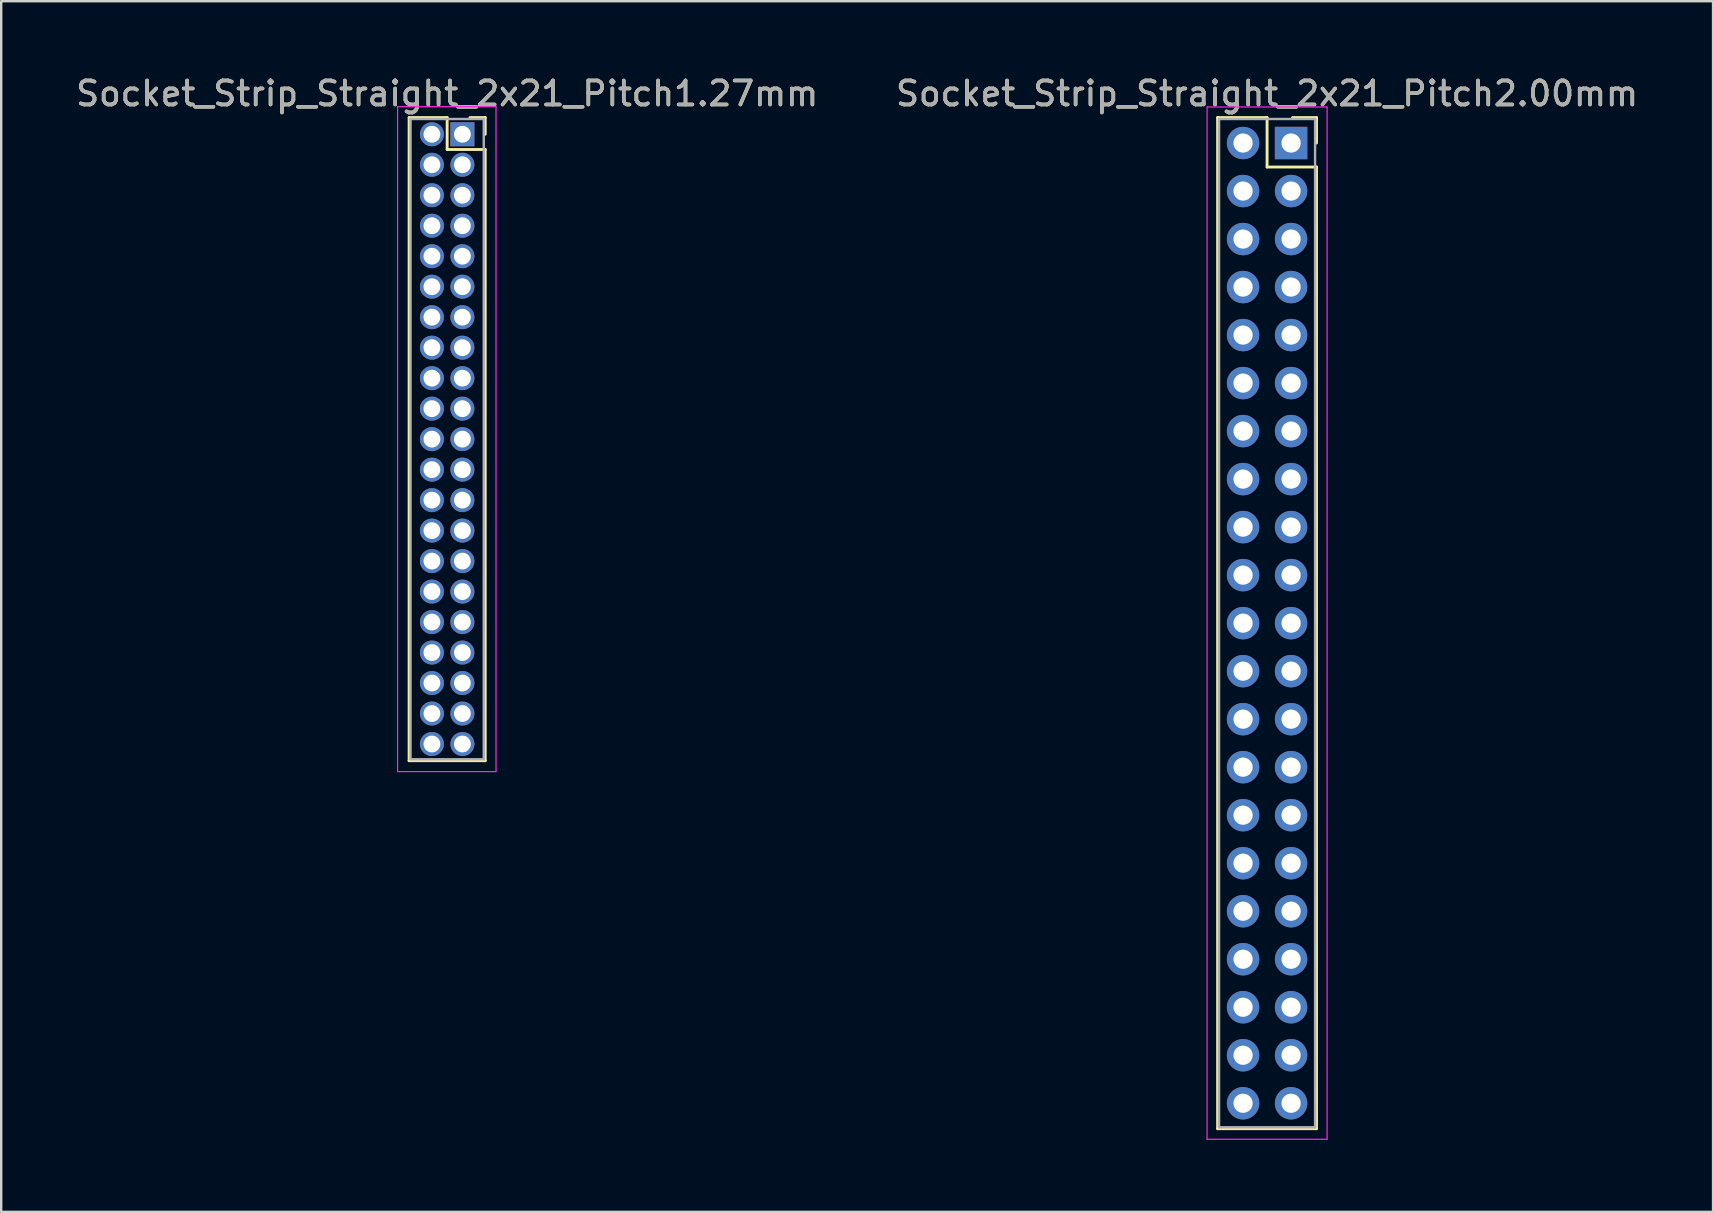
<source format=kicad_pcb>
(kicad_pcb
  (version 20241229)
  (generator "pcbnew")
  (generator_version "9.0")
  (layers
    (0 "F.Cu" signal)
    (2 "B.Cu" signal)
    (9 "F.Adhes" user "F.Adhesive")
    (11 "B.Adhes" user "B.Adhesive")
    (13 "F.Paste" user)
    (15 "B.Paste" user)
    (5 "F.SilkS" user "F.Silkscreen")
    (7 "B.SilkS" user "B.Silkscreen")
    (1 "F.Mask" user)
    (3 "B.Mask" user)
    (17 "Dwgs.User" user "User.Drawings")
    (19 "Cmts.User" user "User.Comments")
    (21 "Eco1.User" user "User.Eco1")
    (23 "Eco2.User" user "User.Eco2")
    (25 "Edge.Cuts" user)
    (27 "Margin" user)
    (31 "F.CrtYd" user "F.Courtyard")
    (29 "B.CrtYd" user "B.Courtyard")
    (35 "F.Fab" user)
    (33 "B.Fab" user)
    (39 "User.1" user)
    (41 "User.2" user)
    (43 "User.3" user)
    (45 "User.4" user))
  (footprint "Socket_Strip_Straight_2x21_Pitch1.27mm"
    (layer "F.Cu")
    (at 16.212 2.543)
    (property "Reference" "Socket_Strip_Straight_2x21_Pitch1.27mm" (at -0.635 -1.695 0) (layer "F.SilkS") (effects (font (size 1 1) (thickness 0.15))))
    (attr through_hole)
    (fp_line (start -2.22 -0.695) (end -0.635 -0.695) (stroke (width 0.12) (type solid)) (layer "F.SilkS"))
    (fp_line (start -2.22 26.095) (end -2.22 -0.695) (stroke (width 0.12) (type solid)) (layer "F.SilkS"))
    (fp_line (start -0.635 -0.695) (end -0.635 0.635) (stroke (width 0.12) (type solid)) (layer "F.SilkS"))
    (fp_line (start -0.635 0.635) (end 0.95 0.635) (stroke (width 0.12) (type solid)) (layer "F.SilkS"))
    (fp_line (start 0.95 -0.695) (end 0.315 -0.695) (stroke (width 0.12) (type solid)) (layer "F.SilkS"))
    (fp_line (start 0.95 0) (end 0.95 -0.695) (stroke (width 0.12) (type solid)) (layer "F.SilkS"))
    (fp_line (start 0.95 0.635) (end 0.95 26.095) (stroke (width 0.12) (type solid)) (layer "F.SilkS"))
    (fp_line (start 0.95 26.095) (end -2.22 26.095) (stroke (width 0.12) (type solid)) (layer "F.SilkS"))
    (fp_line (start -2.7 -1.15) (end -2.7 26.55) (stroke (width 0.05) (type solid)) (layer "F.CrtYd"))
    (fp_line (start -2.7 26.55) (end 1.4 26.55) (stroke (width 0.05) (type solid)) (layer "F.CrtYd"))
    (fp_line (start 1.4 -1.15) (end -2.7 -1.15) (stroke (width 0.05) (type solid)) (layer "F.CrtYd"))
    (fp_line (start 1.4 26.55) (end 1.4 -1.15) (stroke (width 0.05) (type solid)) (layer "F.CrtYd"))
    (fp_line (start -2.16 -0.635) (end -2.16 26.035) (stroke (width 0.1) (type solid)) (layer "F.Fab"))
    (fp_line (start -2.16 26.035) (end 0.89 26.035) (stroke (width 0.1) (type solid)) (layer "F.Fab"))
    (fp_line (start 0.89 -0.635) (end -2.16 -0.635) (stroke (width 0.1) (type solid)) (layer "F.Fab"))
    (fp_line (start 0.89 26.035) (end 0.89 -0.635) (stroke (width 0.1) (type solid)) (layer "F.Fab"))
    (fp_text user "${REFERENCE}" (at -0.635 -1.695 0) (layer "F.Fab") (effects (font (size 1 1) (thickness 0.15))))
    (pad "1" thru_hole rect (at 0 0) (size 1 1) (drill 0.7) (layers "*.Cu" "*.Mask"))
    (pad "2" thru_hole oval (at -1.27 0) (size 1 1) (drill 0.7) (layers "*.Cu" "*.Mask"))
    (pad "3" thru_hole oval (at 0 1.27) (size 1 1) (drill 0.7) (layers "*.Cu" "*.Mask"))
    (pad "4" thru_hole oval (at -1.27 1.27) (size 1 1) (drill 0.7) (layers "*.Cu" "*.Mask"))
    (pad "5" thru_hole oval (at 0 2.54) (size 1 1) (drill 0.7) (layers "*.Cu" "*.Mask"))
    (pad "6" thru_hole oval (at -1.27 2.54) (size 1 1) (drill 0.7) (layers "*.Cu" "*.Mask"))
    (pad "7" thru_hole oval (at 0 3.81) (size 1 1) (drill 0.7) (layers "*.Cu" "*.Mask"))
    (pad "8" thru_hole oval (at -1.27 3.81) (size 1 1) (drill 0.7) (layers "*.Cu" "*.Mask"))
    (pad "9" thru_hole oval (at 0 5.08) (size 1 1) (drill 0.7) (layers "*.Cu" "*.Mask"))
    (pad "10" thru_hole oval (at -1.27 5.08) (size 1 1) (drill 0.7) (layers "*.Cu" "*.Mask"))
    (pad "11" thru_hole oval (at 0 6.35) (size 1 1) (drill 0.7) (layers "*.Cu" "*.Mask"))
    (pad "12" thru_hole oval (at -1.27 6.35) (size 1 1) (drill 0.7) (layers "*.Cu" "*.Mask"))
    (pad "13" thru_hole oval (at 0 7.62) (size 1 1) (drill 0.7) (layers "*.Cu" "*.Mask"))
    (pad "14" thru_hole oval (at -1.27 7.62) (size 1 1) (drill 0.7) (layers "*.Cu" "*.Mask"))
    (pad "15" thru_hole oval (at 0 8.89) (size 1 1) (drill 0.7) (layers "*.Cu" "*.Mask"))
    (pad "16" thru_hole oval (at -1.27 8.89) (size 1 1) (drill 0.7) (layers "*.Cu" "*.Mask"))
    (pad "17" thru_hole oval (at 0 10.16) (size 1 1) (drill 0.7) (layers "*.Cu" "*.Mask"))
    (pad "18" thru_hole oval (at -1.27 10.16) (size 1 1) (drill 0.7) (layers "*.Cu" "*.Mask"))
    (pad "19" thru_hole oval (at 0 11.43) (size 1 1) (drill 0.7) (layers "*.Cu" "*.Mask"))
    (pad "20" thru_hole oval (at -1.27 11.43) (size 1 1) (drill 0.7) (layers "*.Cu" "*.Mask"))
    (pad "21" thru_hole oval (at 0 12.7) (size 1 1) (drill 0.7) (layers "*.Cu" "*.Mask"))
    (pad "22" thru_hole oval (at -1.27 12.7) (size 1 1) (drill 0.7) (layers "*.Cu" "*.Mask"))
    (pad "23" thru_hole oval (at 0 13.97) (size 1 1) (drill 0.7) (layers "*.Cu" "*.Mask"))
    (pad "24" thru_hole oval (at -1.27 13.97) (size 1 1) (drill 0.7) (layers "*.Cu" "*.Mask"))
    (pad "25" thru_hole oval (at 0 15.24) (size 1 1) (drill 0.7) (layers "*.Cu" "*.Mask"))
    (pad "26" thru_hole oval (at -1.27 15.24) (size 1 1) (drill 0.7) (layers "*.Cu" "*.Mask"))
    (pad "27" thru_hole oval (at 0 16.51) (size 1 1) (drill 0.7) (layers "*.Cu" "*.Mask"))
    (pad "28" thru_hole oval (at -1.27 16.51) (size 1 1) (drill 0.7) (layers "*.Cu" "*.Mask"))
    (pad "29" thru_hole oval (at 0 17.78) (size 1 1) (drill 0.7) (layers "*.Cu" "*.Mask"))
    (pad "30" thru_hole oval (at -1.27 17.78) (size 1 1) (drill 0.7) (layers "*.Cu" "*.Mask"))
    (pad "31" thru_hole oval (at 0 19.05) (size 1 1) (drill 0.7) (layers "*.Cu" "*.Mask"))
    (pad "32" thru_hole oval (at -1.27 19.05) (size 1 1) (drill 0.7) (layers "*.Cu" "*.Mask"))
    (pad "33" thru_hole oval (at 0 20.32) (size 1 1) (drill 0.7) (layers "*.Cu" "*.Mask"))
    (pad "34" thru_hole oval (at -1.27 20.32) (size 1 1) (drill 0.7) (layers "*.Cu" "*.Mask"))
    (pad "35" thru_hole oval (at 0 21.59) (size 1 1) (drill 0.7) (layers "*.Cu" "*.Mask"))
    (pad "36" thru_hole oval (at -1.27 21.59) (size 1 1) (drill 0.7) (layers "*.Cu" "*.Mask"))
    (pad "37" thru_hole oval (at 0 22.86) (size 1 1) (drill 0.7) (layers "*.Cu" "*.Mask"))
    (pad "38" thru_hole oval (at -1.27 22.86) (size 1 1) (drill 0.7) (layers "*.Cu" "*.Mask"))
    (pad "39" thru_hole oval (at 0 24.13) (size 1 1) (drill 0.7) (layers "*.Cu" "*.Mask"))
    (pad "40" thru_hole oval (at -1.27 24.13) (size 1 1) (drill 0.7) (layers "*.Cu" "*.Mask"))
    (pad "41" thru_hole oval (at 0 25.4) (size 1 1) (drill 0.7) (layers "*.Cu" "*.Mask"))
    (pad "42" thru_hole oval (at -1.27 25.4) (size 1 1) (drill 0.7) (layers "*.Cu" "*.Mask")))
  (footprint "Socket_Strip_Straight_2x21_Pitch2.00mm"
    (layer "F.Cu")
    (at 50.732 2.908)
    (property "Reference" "Socket_Strip_Straight_2x21_Pitch2.00mm" (at -1 -2.06 0) (layer "F.SilkS") (effects (font (size 1 1) (thickness 0.15))))
    (attr through_hole)
    (fp_line (start -3.06 -1.06) (end -1 -1.06) (stroke (width 0.12) (type solid)) (layer "F.SilkS"))
    (fp_line (start -3.06 41.06) (end -3.06 -1.06) (stroke (width 0.12) (type solid)) (layer "F.SilkS"))
    (fp_line (start -1 -1.06) (end -1 1) (stroke (width 0.12) (type solid)) (layer "F.SilkS"))
    (fp_line (start -1 1) (end 1.06 1) (stroke (width 0.12) (type solid)) (layer "F.SilkS"))
    (fp_line (start 1.06 -1.06) (end 0.06 -1.06) (stroke (width 0.12) (type solid)) (layer "F.SilkS"))
    (fp_line (start 1.06 0) (end 1.06 -1.06) (stroke (width 0.12) (type solid)) (layer "F.SilkS"))
    (fp_line (start 1.06 1) (end 1.06 41.06) (stroke (width 0.12) (type solid)) (layer "F.SilkS"))
    (fp_line (start 1.06 41.06) (end -3.06 41.06) (stroke (width 0.12) (type solid)) (layer "F.SilkS"))
    (fp_line (start -3.5 -1.5) (end -3.5 41.5) (stroke (width 0.05) (type solid)) (layer "F.CrtYd"))
    (fp_line (start -3.5 41.5) (end 1.5 41.5) (stroke (width 0.05) (type solid)) (layer "F.CrtYd"))
    (fp_line (start 1.5 -1.5) (end -3.5 -1.5) (stroke (width 0.05) (type solid)) (layer "F.CrtYd"))
    (fp_line (start 1.5 41.5) (end 1.5 -1.5) (stroke (width 0.05) (type solid)) (layer "F.CrtYd"))
    (fp_line (start -3 -1) (end -3 41) (stroke (width 0.1) (type solid)) (layer "F.Fab"))
    (fp_line (start -3 41) (end 1 41) (stroke (width 0.1) (type solid)) (layer "F.Fab"))
    (fp_line (start 1 -1) (end -3 -1) (stroke (width 0.1) (type solid)) (layer "F.Fab"))
    (fp_line (start 1 41) (end 1 -1) (stroke (width 0.1) (type solid)) (layer "F.Fab"))
    (fp_text user "${REFERENCE}" (at -1 -2.06 0) (layer "F.Fab") (effects (font (size 1 1) (thickness 0.15))))
    (pad "1" thru_hole rect (at 0 0) (size 1.35 1.35) (drill 0.8) (layers "*.Cu" "*.Mask"))
    (pad "2" thru_hole oval (at -2 0) (size 1.35 1.35) (drill 0.8) (layers "*.Cu" "*.Mask"))
    (pad "3" thru_hole oval (at 0 2) (size 1.35 1.35) (drill 0.8) (layers "*.Cu" "*.Mask"))
    (pad "4" thru_hole oval (at -2 2) (size 1.35 1.35) (drill 0.8) (layers "*.Cu" "*.Mask"))
    (pad "5" thru_hole oval (at 0 4) (size 1.35 1.35) (drill 0.8) (layers "*.Cu" "*.Mask"))
    (pad "6" thru_hole oval (at -2 4) (size 1.35 1.35) (drill 0.8) (layers "*.Cu" "*.Mask"))
    (pad "7" thru_hole oval (at 0 6) (size 1.35 1.35) (drill 0.8) (layers "*.Cu" "*.Mask"))
    (pad "8" thru_hole oval (at -2 6) (size 1.35 1.35) (drill 0.8) (layers "*.Cu" "*.Mask"))
    (pad "9" thru_hole oval (at 0 8) (size 1.35 1.35) (drill 0.8) (layers "*.Cu" "*.Mask"))
    (pad "10" thru_hole oval (at -2 8) (size 1.35 1.35) (drill 0.8) (layers "*.Cu" "*.Mask"))
    (pad "11" thru_hole oval (at 0 10) (size 1.35 1.35) (drill 0.8) (layers "*.Cu" "*.Mask"))
    (pad "12" thru_hole oval (at -2 10) (size 1.35 1.35) (drill 0.8) (layers "*.Cu" "*.Mask"))
    (pad "13" thru_hole oval (at 0 12) (size 1.35 1.35) (drill 0.8) (layers "*.Cu" "*.Mask"))
    (pad "14" thru_hole oval (at -2 12) (size 1.35 1.35) (drill 0.8) (layers "*.Cu" "*.Mask"))
    (pad "15" thru_hole oval (at 0 14) (size 1.35 1.35) (drill 0.8) (layers "*.Cu" "*.Mask"))
    (pad "16" thru_hole oval (at -2 14) (size 1.35 1.35) (drill 0.8) (layers "*.Cu" "*.Mask"))
    (pad "17" thru_hole oval (at 0 16) (size 1.35 1.35) (drill 0.8) (layers "*.Cu" "*.Mask"))
    (pad "18" thru_hole oval (at -2 16) (size 1.35 1.35) (drill 0.8) (layers "*.Cu" "*.Mask"))
    (pad "19" thru_hole oval (at 0 18) (size 1.35 1.35) (drill 0.8) (layers "*.Cu" "*.Mask"))
    (pad "20" thru_hole oval (at -2 18) (size 1.35 1.35) (drill 0.8) (layers "*.Cu" "*.Mask"))
    (pad "21" thru_hole oval (at 0 20) (size 1.35 1.35) (drill 0.8) (layers "*.Cu" "*.Mask"))
    (pad "22" thru_hole oval (at -2 20) (size 1.35 1.35) (drill 0.8) (layers "*.Cu" "*.Mask"))
    (pad "23" thru_hole oval (at 0 22) (size 1.35 1.35) (drill 0.8) (layers "*.Cu" "*.Mask"))
    (pad "24" thru_hole oval (at -2 22) (size 1.35 1.35) (drill 0.8) (layers "*.Cu" "*.Mask"))
    (pad "25" thru_hole oval (at 0 24) (size 1.35 1.35) (drill 0.8) (layers "*.Cu" "*.Mask"))
    (pad "26" thru_hole oval (at -2 24) (size 1.35 1.35) (drill 0.8) (layers "*.Cu" "*.Mask"))
    (pad "27" thru_hole oval (at 0 26) (size 1.35 1.35) (drill 0.8) (layers "*.Cu" "*.Mask"))
    (pad "28" thru_hole oval (at -2 26) (size 1.35 1.35) (drill 0.8) (layers "*.Cu" "*.Mask"))
    (pad "29" thru_hole oval (at 0 28) (size 1.35 1.35) (drill 0.8) (layers "*.Cu" "*.Mask"))
    (pad "30" thru_hole oval (at -2 28) (size 1.35 1.35) (drill 0.8) (layers "*.Cu" "*.Mask"))
    (pad "31" thru_hole oval (at 0 30) (size 1.35 1.35) (drill 0.8) (layers "*.Cu" "*.Mask"))
    (pad "32" thru_hole oval (at -2 30) (size 1.35 1.35) (drill 0.8) (layers "*.Cu" "*.Mask"))
    (pad "33" thru_hole oval (at 0 32) (size 1.35 1.35) (drill 0.8) (layers "*.Cu" "*.Mask"))
    (pad "34" thru_hole oval (at -2 32) (size 1.35 1.35) (drill 0.8) (layers "*.Cu" "*.Mask"))
    (pad "35" thru_hole oval (at 0 34) (size 1.35 1.35) (drill 0.8) (layers "*.Cu" "*.Mask"))
    (pad "36" thru_hole oval (at -2 34) (size 1.35 1.35) (drill 0.8) (layers "*.Cu" "*.Mask"))
    (pad "37" thru_hole oval (at 0 36) (size 1.35 1.35) (drill 0.8) (layers "*.Cu" "*.Mask"))
    (pad "38" thru_hole oval (at -2 36) (size 1.35 1.35) (drill 0.8) (layers "*.Cu" "*.Mask"))
    (pad "39" thru_hole oval (at 0 38) (size 1.35 1.35) (drill 0.8) (layers "*.Cu" "*.Mask"))
    (pad "40" thru_hole oval (at -2 38) (size 1.35 1.35) (drill 0.8) (layers "*.Cu" "*.Mask"))
    (pad "41" thru_hole oval (at 0 40) (size 1.35 1.35) (drill 0.8) (layers "*.Cu" "*.Mask"))
    (pad "42" thru_hole oval (at -2 40) (size 1.35 1.35) (drill 0.8) (layers "*.Cu" "*.Mask")))
  (gr_rect
    (start -3 -3)
    (end 68.31 47.433)
    (stroke (width 0.1) (type default))
    (fill no)
    (layer "Edge.Cuts")))
</source>
